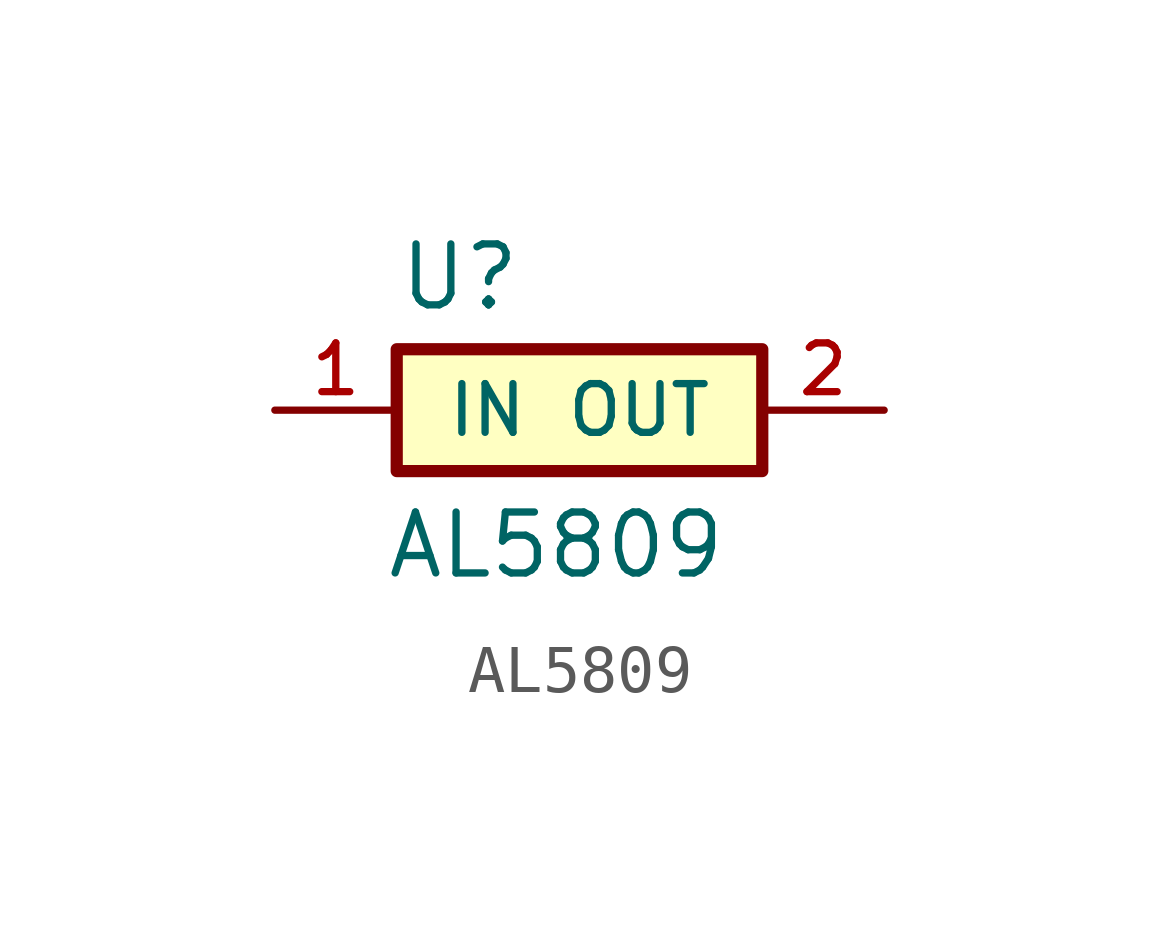
<source format=kicad_sym>
(kicad_symbol_lib
  (version 20241209)
  (generator "kicad_symbol_editor")
  (generator_version "9.0")
  (symbol "AL5809"
    (pin_names
      (offset 1.016))
    (property "Reference" "U"
      (at -3.81 2.032 0)
      (effects (font (size 1.27 1.27)) (justify left bottom)))
    (property "Value" "AL5809"
      (at -4.064 -3.556 0)
      (effects (font (size 1.27 1.27)) (justify left bottom)))
    (symbol "AL5809_0_0"
      (rectangle (start -3.81 1.27) (end 3.81 -1.27) (stroke (width 0.254) (type default)) (fill (type background)))
      (pin input line (at -6.35 0 0) (length 2.54) (name "IN" (effects (font (size 1.016 1.016)))) (number "1" (effects (font (size 1.016 1.016)))))
      (pin output line (at 6.35 0 180) (length 2.54) (name "OUT" (effects (font (size 1.016 1.016)))) (number "2" (effects (font (size 1.016 1.016))))))))
</source>
